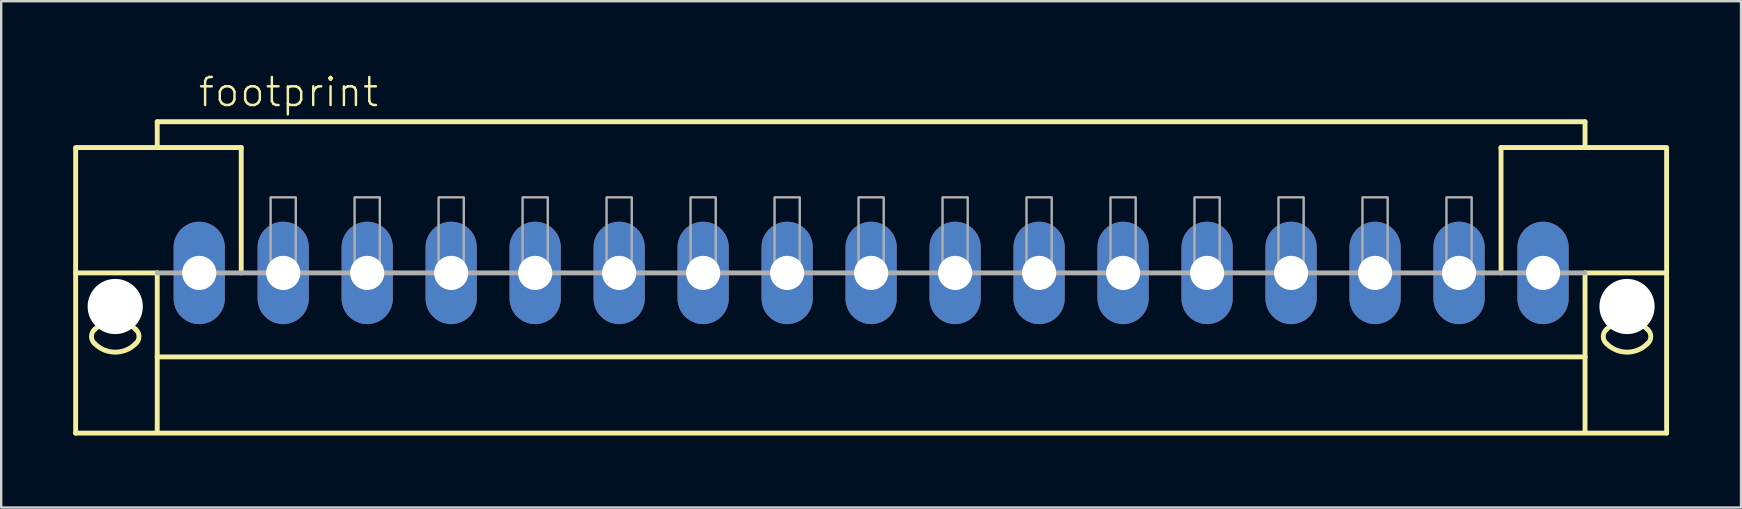
<source format=kicad_pcb>
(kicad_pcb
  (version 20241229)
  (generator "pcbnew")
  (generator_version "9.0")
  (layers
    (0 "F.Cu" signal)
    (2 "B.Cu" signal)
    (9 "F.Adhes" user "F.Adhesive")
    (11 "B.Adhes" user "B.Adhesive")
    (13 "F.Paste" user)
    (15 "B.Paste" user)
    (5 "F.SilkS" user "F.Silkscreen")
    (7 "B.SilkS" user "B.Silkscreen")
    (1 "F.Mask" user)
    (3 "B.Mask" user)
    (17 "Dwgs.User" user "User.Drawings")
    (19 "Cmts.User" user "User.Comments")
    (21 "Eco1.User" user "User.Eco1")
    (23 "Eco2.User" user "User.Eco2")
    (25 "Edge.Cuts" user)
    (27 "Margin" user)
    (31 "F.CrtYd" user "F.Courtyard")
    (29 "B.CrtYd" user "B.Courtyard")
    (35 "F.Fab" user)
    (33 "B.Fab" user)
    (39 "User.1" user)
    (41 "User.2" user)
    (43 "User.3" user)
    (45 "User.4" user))
  (footprint "footprint"
    (layer "F.Cu")
    (at 33.252 8.323)
    (property "Reference" "footprint" (at -28.1 -6.85 0) (layer "F.SilkS") (effects (font (size 1.168 1.168) (thickness 0.102)) (justify left bottom)))
    (fp_line (start -33.15 -5.225) (end -26.25 -5.225) (stroke (width 0.203) (type solid)) (layer "F.SilkS"))
    (fp_line (start -33.15 -5.2) (end -33.15 0) (stroke (width 0.203) (type solid)) (layer "F.SilkS"))
    (fp_line (start -33.15 0) (end -33.15 6.675) (stroke (width 0.203) (type solid)) (layer "F.SilkS"))
    (fp_line (start -33.15 0) (end -29.75 0) (stroke (width 0.203) (type solid)) (layer "F.SilkS"))
    (fp_line (start -33.15 6.675) (end 33.15 6.675) (stroke (width 0.203) (type solid)) (layer "F.SilkS"))
    (fp_line (start -29.75 -6.3) (end 29.75 -6.3) (stroke (width 0.203) (type solid)) (layer "F.SilkS"))
    (fp_line (start -29.75 -5.3) (end -29.75 -6.3) (stroke (width 0.203) (type solid)) (layer "F.SilkS"))
    (fp_line (start -29.75 0) (end -29.75 3.5) (stroke (width 0.203) (type solid)) (layer "F.SilkS"))
    (fp_line (start -29.75 3.5) (end 29.75 3.5) (stroke (width 0.203) (type solid)) (layer "F.SilkS"))
    (fp_line (start -29.75 6.65) (end -29.75 3.5) (stroke (width 0.203) (type solid)) (layer "F.SilkS"))
    (fp_line (start -26.25 -5.225) (end -26.25 -5.2) (stroke (width 0.203) (type solid)) (layer "F.SilkS"))
    (fp_line (start -26.25 -5.175) (end -26.25 0) (stroke (width 0.203) (type solid)) (layer "F.SilkS"))
    (fp_line (start 26.25 -5.225) (end 33.15 -5.225) (stroke (width 0.203) (type solid)) (layer "F.SilkS"))
    (fp_line (start 26.25 -5.2) (end 26.25 -5.225) (stroke (width 0.203) (type solid)) (layer "F.SilkS"))
    (fp_line (start 26.25 0) (end 26.25 -5.175) (stroke (width 0.203) (type solid)) (layer "F.SilkS"))
    (fp_line (start 29.75 -6.3) (end 29.75 -5.3) (stroke (width 0.203) (type solid)) (layer "F.SilkS"))
    (fp_line (start 29.75 3.5) (end 29.75 0) (stroke (width 0.203) (type solid)) (layer "F.SilkS"))
    (fp_line (start 29.75 6.65) (end 29.75 3.5) (stroke (width 0.203) (type solid)) (layer "F.SilkS"))
    (fp_line (start 33.15 0) (end 29.75 0) (stroke (width 0.203) (type solid)) (layer "F.SilkS"))
    (fp_line (start 33.15 0) (end 33.15 -5.2) (stroke (width 0.203) (type solid)) (layer "F.SilkS"))
    (fp_line (start 33.15 6.675) (end 33.15 0) (stroke (width 0.203) (type solid)) (layer "F.SilkS"))
    (fp_arc (start -32.35 2.35) (mid -31.5 1.997918) (end -30.65 2.35) (stroke (width 0.2032) (type solid)) (layer "F.SilkS"))
    (fp_arc (start -32.35 2.95) (mid -32.490512 2.65) (end -32.35 2.35) (stroke (width 0.2032) (type solid)) (layer "F.SilkS"))
    (fp_arc (start -30.65 2.95) (mid -31.5 3.302082) (end -32.35 2.95) (stroke (width 0.2032) (type solid)) (layer "F.SilkS"))
    (fp_arc (start -30.649999 2.350001) (mid -30.509487 2.650001) (end -30.65 2.95) (stroke (width 0.2032) (type solid)) (layer "F.SilkS"))
    (fp_arc (start 30.649999 2.949999) (mid 30.509487 2.649999) (end 30.65 2.35) (stroke (width 0.2032) (type solid)) (layer "F.SilkS"))
    (fp_arc (start 30.65 2.35) (mid 31.5 1.997918) (end 32.35 2.35) (stroke (width 0.2032) (type solid)) (layer "F.SilkS"))
    (fp_arc (start 32.35 2.35) (mid 32.490512 2.65) (end 32.35 2.95) (stroke (width 0.2032) (type solid)) (layer "F.SilkS"))
    (fp_arc (start 32.35 2.95) (mid 31.5 3.302082) (end 30.65 2.95) (stroke (width 0.2032) (type solid)) (layer "F.SilkS"))
    (fp_line (start 29.75 0) (end -29.75 0) (stroke (width 0.203) (type solid)) (layer "F.Fab"))
    (fp_poly (pts (xy -25.025 0) (xy -23.975 0) (xy -23.975 -3.15) (xy -25.025 -3.15)) (stroke (width 0.1) (type solid)) (fill no) (layer "F.Fab"))
    (fp_poly (pts (xy -21.525 0) (xy -20.475 0) (xy -20.475 -3.15) (xy -21.525 -3.15)) (stroke (width 0.1) (type solid)) (fill no) (layer "F.Fab"))
    (fp_poly (pts (xy -18.025 0) (xy -16.975 0) (xy -16.975 -3.15) (xy -18.025 -3.15)) (stroke (width 0.1) (type solid)) (fill no) (layer "F.Fab"))
    (fp_poly (pts (xy -14.525 0) (xy -13.475 0) (xy -13.475 -3.15) (xy -14.525 -3.15)) (stroke (width 0.1) (type solid)) (fill no) (layer "F.Fab"))
    (fp_poly (pts (xy -11.025 0) (xy -9.975 0) (xy -9.975 -3.15) (xy -11.025 -3.15)) (stroke (width 0.1) (type solid)) (fill no) (layer "F.Fab"))
    (fp_poly (pts (xy -7.525 0) (xy -6.475 0) (xy -6.475 -3.15) (xy -7.525 -3.15)) (stroke (width 0.1) (type solid)) (fill no) (layer "F.Fab"))
    (fp_poly (pts (xy -4.025 0) (xy -2.975 0) (xy -2.975 -3.15) (xy -4.025 -3.15)) (stroke (width 0.1) (type solid)) (fill no) (layer "F.Fab"))
    (fp_poly (pts (xy -0.525 0) (xy 0.525 0) (xy 0.525 -3.15) (xy -0.525 -3.15)) (stroke (width 0.1) (type solid)) (fill no) (layer "F.Fab"))
    (fp_poly (pts (xy 2.975 0) (xy 4.025 0) (xy 4.025 -3.15) (xy 2.975 -3.15)) (stroke (width 0.1) (type solid)) (fill no) (layer "F.Fab"))
    (fp_poly (pts (xy 6.475 0) (xy 7.525 0) (xy 7.525 -3.15) (xy 6.475 -3.15)) (stroke (width 0.1) (type solid)) (fill no) (layer "F.Fab"))
    (fp_poly (pts (xy 9.975 0) (xy 11.025 0) (xy 11.025 -3.15) (xy 9.975 -3.15)) (stroke (width 0.1) (type solid)) (fill no) (layer "F.Fab"))
    (fp_poly (pts (xy 13.475 0) (xy 14.525 0) (xy 14.525 -3.15) (xy 13.475 -3.15)) (stroke (width 0.1) (type solid)) (fill no) (layer "F.Fab"))
    (fp_poly (pts (xy 16.975 0) (xy 18.025 0) (xy 18.025 -3.15) (xy 16.975 -3.15)) (stroke (width 0.1) (type solid)) (fill no) (layer "F.Fab"))
    (fp_poly (pts (xy 20.475 0) (xy 21.525 0) (xy 21.525 -3.15) (xy 20.475 -3.15)) (stroke (width 0.1) (type solid)) (fill no) (layer "F.Fab"))
    (fp_poly (pts (xy 23.975 0) (xy 25.025 0) (xy 25.025 -3.15) (xy 23.975 -3.15)) (stroke (width 0.1) (type solid)) (fill no) (layer "F.Fab"))
    (pad "" np_thru_hole circle (at -31.5 1.4) (size 2.3 2.3) (drill 2.3) (layers "*.Cu" "*.Mask"))
    (pad "" np_thru_hole circle (at 31.5 1.4) (size 2.3 2.3) (drill 2.3) (layers "*.Cu" "*.Mask"))
    (pad "1" thru_hole oval (at -28 0 90) (size 4.267 2.134) (drill 1.422) (layers "*.Cu" "*.Mask"))
    (pad "2" thru_hole oval (at -24.5 0 90) (size 4.267 2.134) (drill 1.422) (layers "*.Cu" "*.Mask"))
    (pad "3" thru_hole oval (at -21 0 90) (size 4.267 2.134) (drill 1.422) (layers "*.Cu" "*.Mask"))
    (pad "4" thru_hole oval (at -17.5 0 90) (size 4.267 2.134) (drill 1.422) (layers "*.Cu" "*.Mask"))
    (pad "5" thru_hole oval (at -14 0 90) (size 4.267 2.134) (drill 1.422) (layers "*.Cu" "*.Mask"))
    (pad "6" thru_hole oval (at -10.5 0 90) (size 4.267 2.134) (drill 1.422) (layers "*.Cu" "*.Mask"))
    (pad "7" thru_hole oval (at -7 0 90) (size 4.267 2.134) (drill 1.422) (layers "*.Cu" "*.Mask"))
    (pad "8" thru_hole oval (at -3.5 0 90) (size 4.267 2.134) (drill 1.422) (layers "*.Cu" "*.Mask"))
    (pad "9" thru_hole oval (at 0 0 90) (size 4.267 2.134) (drill 1.422) (layers "*.Cu" "*.Mask"))
    (pad "10" thru_hole oval (at 3.5 0 90) (size 4.267 2.134) (drill 1.422) (layers "*.Cu" "*.Mask"))
    (pad "11" thru_hole oval (at 7 0 90) (size 4.267 2.134) (drill 1.422) (layers "*.Cu" "*.Mask"))
    (pad "12" thru_hole oval (at 10.5 0 90) (size 4.267 2.134) (drill 1.422) (layers "*.Cu" "*.Mask"))
    (pad "13" thru_hole oval (at 14 0 90) (size 4.267 2.134) (drill 1.422) (layers "*.Cu" "*.Mask"))
    (pad "14" thru_hole oval (at 17.5 0 90) (size 4.267 2.134) (drill 1.422) (layers "*.Cu" "*.Mask"))
    (pad "15" thru_hole oval (at 21 0 90) (size 4.267 2.134) (drill 1.422) (layers "*.Cu" "*.Mask"))
    (pad "16" thru_hole oval (at 24.5 0 90) (size 4.267 2.134) (drill 1.422) (layers "*.Cu" "*.Mask"))
    (pad "17" thru_hole oval (at 28 0 90) (size 4.267 2.134) (drill 1.422) (layers "*.Cu" "*.Mask")))
  (gr_rect
    (start -3 -3)
    (end 69.503 18.1)
    (stroke (width 0.1) (type default))
    (fill no)
    (layer "Edge.Cuts")))
</source>
